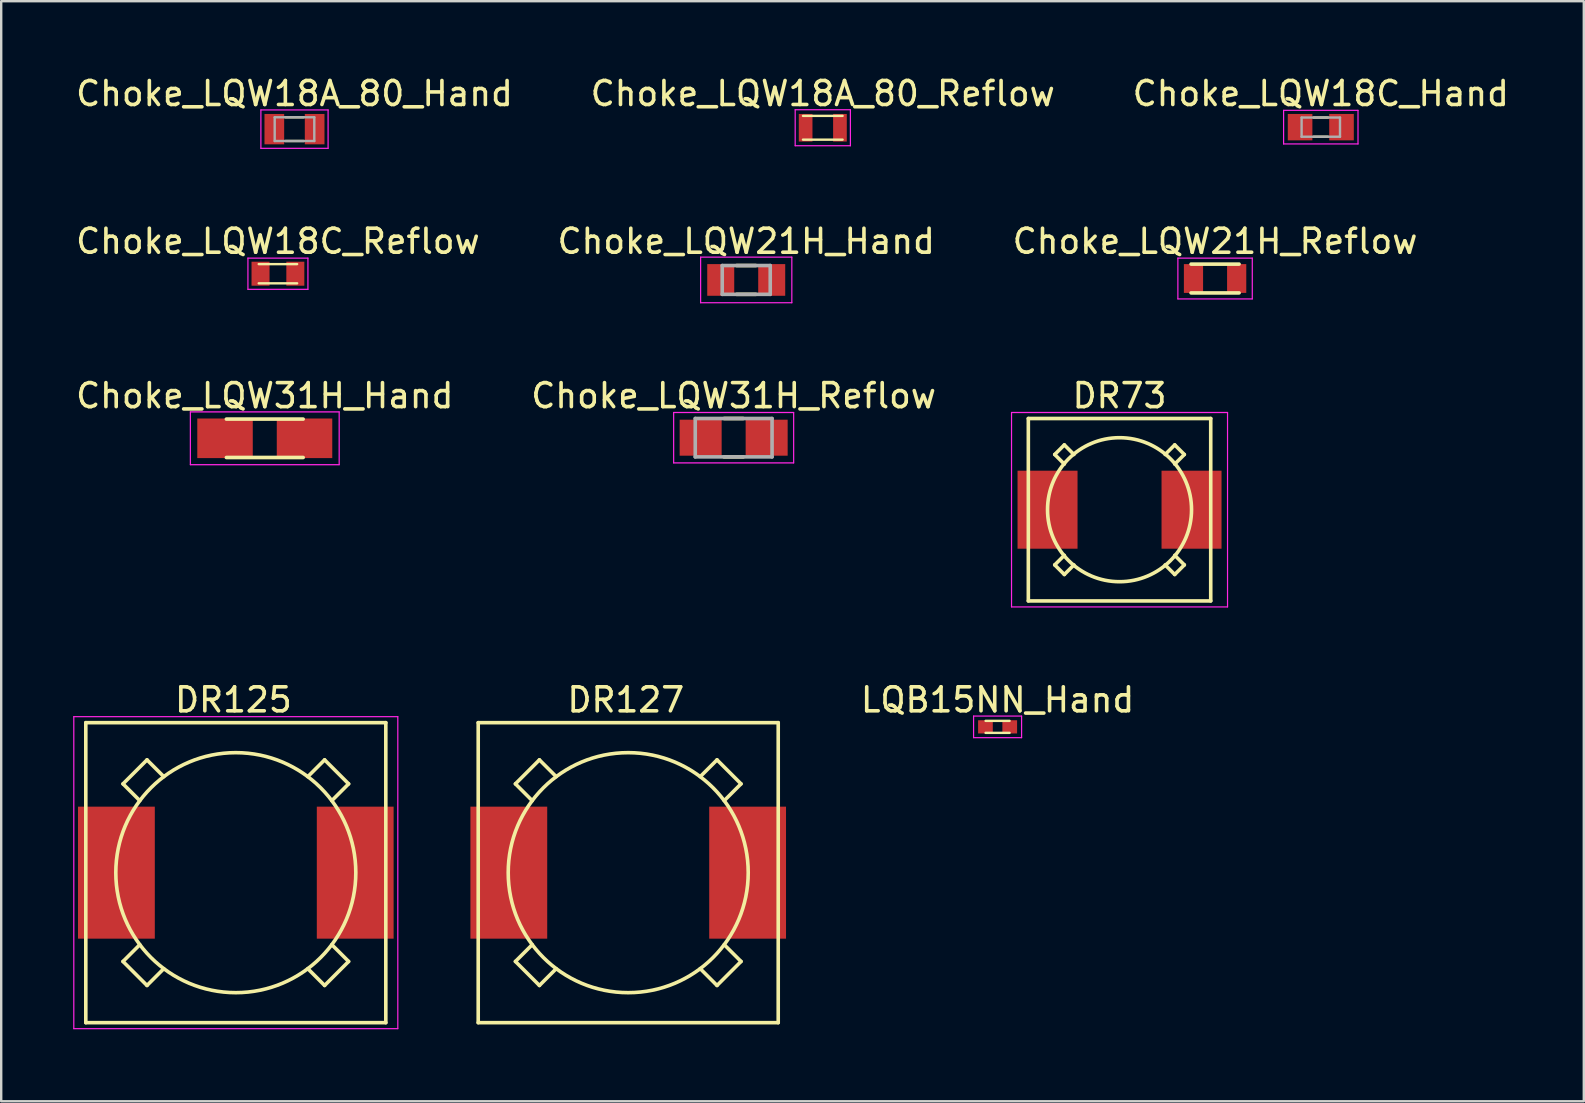
<source format=kicad_pcb>
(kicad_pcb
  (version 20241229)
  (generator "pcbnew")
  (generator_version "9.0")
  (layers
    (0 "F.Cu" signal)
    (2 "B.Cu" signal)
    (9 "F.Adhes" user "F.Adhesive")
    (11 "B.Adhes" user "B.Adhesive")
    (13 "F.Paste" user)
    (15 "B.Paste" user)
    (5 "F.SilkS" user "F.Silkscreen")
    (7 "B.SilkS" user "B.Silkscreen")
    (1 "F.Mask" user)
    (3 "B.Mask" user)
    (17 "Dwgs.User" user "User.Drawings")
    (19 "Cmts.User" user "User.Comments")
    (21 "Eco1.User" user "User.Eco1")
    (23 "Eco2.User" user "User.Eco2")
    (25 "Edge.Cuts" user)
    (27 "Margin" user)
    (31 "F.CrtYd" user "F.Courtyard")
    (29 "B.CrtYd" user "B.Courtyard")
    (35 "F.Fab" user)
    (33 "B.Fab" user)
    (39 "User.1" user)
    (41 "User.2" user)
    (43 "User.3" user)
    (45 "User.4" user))
  (footprint "Choke_LQW21H_Hand"
    (layer "F.Cu")
    (at 28.042 8.614)
    (property "Reference" "Choke_LQW21H_Hand" (at 0 -1.61 0) (layer "F.SilkS") (effects (font (size 1 1) (thickness 0.15))))
    (attr smd)
    (fp_line (start -0.4 -0.6) (end 0.4 -0.6) (stroke (width 0.15) (type solid)) (layer "F.SilkS"))
    (fp_line (start -0.4 0.6) (end 0.4 0.6) (stroke (width 0.15) (type solid)) (layer "F.SilkS"))
    (fp_line (start -1.9 -0.95) (end -1.9 0.95) (stroke (width 0.05) (type solid)) (layer "F.CrtYd"))
    (fp_line (start -1.9 -0.95) (end 1.9 -0.95) (stroke (width 0.05) (type solid)) (layer "F.CrtYd"))
    (fp_line (start -1.9 0.95) (end 1.9 0.95) (stroke (width 0.05) (type solid)) (layer "F.CrtYd"))
    (fp_line (start 1.9 -0.95) (end 1.9 0.95) (stroke (width 0.05) (type solid)) (layer "F.CrtYd"))
    (fp_line (start -1 -0.6) (end -1 0.6) (stroke (width 0.15) (type solid)) (layer "F.Fab"))
    (fp_line (start -1 -0.6) (end 1 -0.6) (stroke (width 0.15) (type solid)) (layer "F.Fab"))
    (fp_line (start -1 0.6) (end 1 0.6) (stroke (width 0.15) (type solid)) (layer "F.Fab"))
    (fp_line (start 1 -0.6) (end 1 0.6) (stroke (width 0.15) (type solid)) (layer "F.Fab"))
    (pad "1" smd rect (at -1.062 0) (size 1.125 1.32) (layers "F.Cu" "F.Mask" "F.Paste"))
    (pad "2" smd rect (at 1.062 0) (size 1.125 1.32) (layers "F.Cu" "F.Mask" "F.Paste")))
  (footprint "DR73"
    (layer "F.Cu")
    (at 43.596 18.187)
    (property "Reference" "DR73" (at 0 -4.75 0) (layer "F.SilkS") (effects (font (size 1 1) (thickness 0.15))))
    (attr through_hole)
    (fp_line (start -3.8 -3.8) (end 3.8 -3.8) (stroke (width 0.15) (type solid)) (layer "F.SilkS"))
    (fp_line (start -3.8 3.8) (end -3.8 -3.8) (stroke (width 0.15) (type solid)) (layer "F.SilkS"))
    (fp_line (start -2.7 -2.3) (end -2.3 -2.7) (stroke (width 0.15) (type solid)) (layer "F.SilkS"))
    (fp_line (start -2.7 2.3) (end -2.3 2.7) (stroke (width 0.15) (type solid)) (layer "F.SilkS"))
    (fp_line (start -2.3 -2.7) (end -1.9 -2.3) (stroke (width 0.15) (type solid)) (layer "F.SilkS"))
    (fp_line (start -2.3 -1.9) (end -2.7 -2.3) (stroke (width 0.15) (type solid)) (layer "F.SilkS"))
    (fp_line (start -2.3 1.9) (end -2.7 2.3) (stroke (width 0.15) (type solid)) (layer "F.SilkS"))
    (fp_line (start -2.3 2.7) (end -1.9 2.3) (stroke (width 0.15) (type solid)) (layer "F.SilkS"))
    (fp_line (start 1.9 2.3) (end 2.3 2.7) (stroke (width 0.15) (type solid)) (layer "F.SilkS"))
    (fp_line (start 2.3 -2.7) (end 1.9 -2.3) (stroke (width 0.15) (type solid)) (layer "F.SilkS"))
    (fp_line (start 2.3 -1.9) (end 2.7 -2.3) (stroke (width 0.15) (type solid)) (layer "F.SilkS"))
    (fp_line (start 2.3 2.7) (end 2.7 2.3) (stroke (width 0.15) (type solid)) (layer "F.SilkS"))
    (fp_line (start 2.7 -2.3) (end 2.3 -2.7) (stroke (width 0.15) (type solid)) (layer "F.SilkS"))
    (fp_line (start 2.7 2.3) (end 2.3 1.9) (stroke (width 0.15) (type solid)) (layer "F.SilkS"))
    (fp_line (start 3.8 -3.8) (end 3.8 3.8) (stroke (width 0.15) (type solid)) (layer "F.SilkS"))
    (fp_line (start 3.8 3.8) (end -3.8 3.8) (stroke (width 0.15) (type solid)) (layer "F.SilkS"))
    (fp_circle (center 0 0) (end 3 0) (stroke (width 0.15) (type solid)) (fill no) (layer "F.SilkS"))
    (fp_line (start -4.5 -4.05) (end 4.5 -4.05) (stroke (width 0.05) (type solid)) (layer "F.CrtYd"))
    (fp_line (start -4.5 4.05) (end -4.5 -4.05) (stroke (width 0.05) (type solid)) (layer "F.CrtYd"))
    (fp_line (start 4.5 -4.05) (end 4.5 4.05) (stroke (width 0.05) (type solid)) (layer "F.CrtYd"))
    (fp_line (start 4.5 4.05) (end -4.5 4.05) (stroke (width 0.05) (type solid)) (layer "F.CrtYd"))
    (pad "1" smd rect (at -3 0 90) (size 3.25 2.5) (layers "F.Cu" "F.Mask" "F.Paste"))
    (pad "2" smd rect (at 3 0 90) (size 3.25 2.5) (layers "F.Cu" "F.Mask" "F.Paste")))
  (footprint "DR127"
    (layer "F.Cu")
    (at 23.125 33.31)
    (property "Reference" "DR127" (at -0.1 -7.2 0) (layer "F.SilkS") (effects (font (size 1 1) (thickness 0.15))))
    (attr through_hole)
    (fp_line (start -6.25 -6.25) (end 6.25 -6.25) (stroke (width 0.15) (type solid)) (layer "F.SilkS"))
    (fp_line (start -6.25 6.25) (end -6.25 -6.25) (stroke (width 0.15) (type solid)) (layer "F.SilkS"))
    (fp_line (start -4 -3) (end -4.7 -3.7) (stroke (width 0.15) (type solid)) (layer "F.SilkS"))
    (fp_line (start -4 3) (end -4.7 3.7) (stroke (width 0.15) (type solid)) (layer "F.SilkS"))
    (fp_line (start -3.7 -4.7) (end -4.7 -3.7) (stroke (width 0.15) (type solid)) (layer "F.SilkS"))
    (fp_line (start -3.7 4.7) (end -4.7 3.7) (stroke (width 0.15) (type solid)) (layer "F.SilkS"))
    (fp_line (start -3 -4) (end -3.7 -4.7) (stroke (width 0.15) (type solid)) (layer "F.SilkS"))
    (fp_line (start -3 4) (end -3.7 4.7) (stroke (width 0.15) (type solid)) (layer "F.SilkS"))
    (fp_line (start 3 -4) (end 3.7 -4.7) (stroke (width 0.15) (type solid)) (layer "F.SilkS"))
    (fp_line (start 3 4) (end 3.7 4.7) (stroke (width 0.15) (type solid)) (layer "F.SilkS"))
    (fp_line (start 3.7 -4.7) (end 4.7 -3.7) (stroke (width 0.15) (type solid)) (layer "F.SilkS"))
    (fp_line (start 3.7 4.7) (end 4.7 3.7) (stroke (width 0.15) (type solid)) (layer "F.SilkS"))
    (fp_line (start 4 -3) (end 4.7 -3.7) (stroke (width 0.15) (type solid)) (layer "F.SilkS"))
    (fp_line (start 4 3) (end 4.7 3.7) (stroke (width 0.15) (type solid)) (layer "F.SilkS"))
    (fp_line (start 6.25 -6.25) (end 6.25 6.25) (stroke (width 0.15) (type solid)) (layer "F.SilkS"))
    (fp_line (start 6.25 6.25) (end -6.25 6.25) (stroke (width 0.15) (type solid)) (layer "F.SilkS"))
    (fp_circle (center 0 0) (end 5 0) (stroke (width 0.15) (type solid)) (fill no) (layer "F.SilkS"))
    (pad "1" smd rect (at -4.975 0 90) (size 5.5 3.2) (layers "F.Cu" "F.Mask" "F.Paste"))
    (pad "2" smd rect (at 4.975 0 90) (size 5.5 3.2) (layers "F.Cu" "F.Mask" "F.Paste")))
  (footprint "Choke_LQW18C_Reflow"
    (layer "F.Cu")
    (at 8.53 8.354)
    (property "Reference" "Choke_LQW18C_Reflow" (at 0 -1.35 0) (layer "F.SilkS") (effects (font (size 1 1) (thickness 0.15))))
    (attr smd)
    (fp_line (start -0.8 -0.4) (end 0.8 -0.4) (stroke (width 0.1) (type solid)) (layer "F.SilkS"))
    (fp_line (start -0.8 0.4) (end 0.8 0.4) (stroke (width 0.1) (type solid)) (layer "F.SilkS"))
    (fp_line (start -1.25 -0.65) (end -1.25 0.65) (stroke (width 0.05) (type solid)) (layer "F.CrtYd"))
    (fp_line (start -1.25 -0.65) (end 1.25 -0.65) (stroke (width 0.05) (type solid)) (layer "F.CrtYd"))
    (fp_line (start -1.25 0.65) (end 1.25 0.65) (stroke (width 0.05) (type solid)) (layer "F.CrtYd"))
    (fp_line (start 1.25 -0.65) (end 1.25 0.65) (stroke (width 0.05) (type solid)) (layer "F.CrtYd"))
    (pad "1" smd rect (at -0.725 0) (size 0.75 1) (layers "F.Cu" "F.Mask" "F.Paste"))
    (pad "2" smd rect (at 0.725 0) (size 0.75 1) (layers "F.Cu" "F.Mask" "F.Paste")))
  (footprint "DR125"
    (layer "F.Cu")
    (at 6.775 33.31)
    (property "Reference" "DR125" (at -0.1 -7.2 0) (layer "F.SilkS") (effects (font (size 1 1) (thickness 0.15))))
    (attr through_hole)
    (fp_line (start -6.25 -6.25) (end 6.25 -6.25) (stroke (width 0.15) (type solid)) (layer "F.SilkS"))
    (fp_line (start -6.25 6.25) (end -6.25 -6.25) (stroke (width 0.15) (type solid)) (layer "F.SilkS"))
    (fp_line (start -4 -3) (end -4.7 -3.7) (stroke (width 0.15) (type solid)) (layer "F.SilkS"))
    (fp_line (start -4 3) (end -4.7 3.7) (stroke (width 0.15) (type solid)) (layer "F.SilkS"))
    (fp_line (start -3.7 -4.7) (end -4.7 -3.7) (stroke (width 0.15) (type solid)) (layer "F.SilkS"))
    (fp_line (start -3.7 4.7) (end -4.7 3.7) (stroke (width 0.15) (type solid)) (layer "F.SilkS"))
    (fp_line (start -3 -4) (end -3.7 -4.7) (stroke (width 0.15) (type solid)) (layer "F.SilkS"))
    (fp_line (start -3 4) (end -3.7 4.7) (stroke (width 0.15) (type solid)) (layer "F.SilkS"))
    (fp_line (start 3 -4) (end 3.7 -4.7) (stroke (width 0.15) (type solid)) (layer "F.SilkS"))
    (fp_line (start 3 4) (end 3.7 4.7) (stroke (width 0.15) (type solid)) (layer "F.SilkS"))
    (fp_line (start 3.7 -4.7) (end 4.7 -3.7) (stroke (width 0.15) (type solid)) (layer "F.SilkS"))
    (fp_line (start 3.7 4.7) (end 4.7 3.7) (stroke (width 0.15) (type solid)) (layer "F.SilkS"))
    (fp_line (start 4 -3) (end 4.7 -3.7) (stroke (width 0.15) (type solid)) (layer "F.SilkS"))
    (fp_line (start 4 3) (end 4.7 3.7) (stroke (width 0.15) (type solid)) (layer "F.SilkS"))
    (fp_line (start 6.25 -6.25) (end 6.25 6.25) (stroke (width 0.15) (type solid)) (layer "F.SilkS"))
    (fp_line (start 6.25 6.25) (end -6.25 6.25) (stroke (width 0.15) (type solid)) (layer "F.SilkS"))
    (fp_circle (center 0 0) (end 5 0) (stroke (width 0.15) (type solid)) (fill no) (layer "F.SilkS"))
    (fp_line (start -6.75 -6.5) (end 6.75 -6.5) (stroke (width 0.05) (type solid)) (layer "F.CrtYd"))
    (fp_line (start -6.75 6.5) (end -6.75 -6.5) (stroke (width 0.05) (type solid)) (layer "F.CrtYd"))
    (fp_line (start 6.75 -6.5) (end 6.75 6.5) (stroke (width 0.05) (type solid)) (layer "F.CrtYd"))
    (fp_line (start 6.75 6.5) (end -6.75 6.5) (stroke (width 0.05) (type solid)) (layer "F.CrtYd"))
    (pad "1" smd rect (at -4.975 0 90) (size 5.5 3.2) (layers "F.Cu" "F.Mask" "F.Paste"))
    (pad "2" smd rect (at 4.975 0 90) (size 5.5 3.2) (layers "F.Cu" "F.Mask" "F.Paste")))
  (footprint "Choke_LQW31H_Hand"
    (layer "F.Cu")
    (at 7.982 15.212)
    (property "Reference" "Choke_LQW31H_Hand" (at 0 -1.775 0) (layer "F.SilkS") (effects (font (size 1 1) (thickness 0.15))))
    (attr smd)
    (fp_line (start -1.6 -0.8) (end 1.6 -0.8) (stroke (width 0.15) (type solid)) (layer "F.SilkS"))
    (fp_line (start -1.6 0.8) (end 1.6 0.8) (stroke (width 0.15) (type solid)) (layer "F.SilkS"))
    (fp_line (start -3.1 -1.1) (end -3.1 1.1) (stroke (width 0.05) (type solid)) (layer "F.CrtYd"))
    (fp_line (start -3.1 -1.1) (end 3.1 -1.1) (stroke (width 0.05) (type solid)) (layer "F.CrtYd"))
    (fp_line (start -3.1 1.1) (end 3.1 1.1) (stroke (width 0.05) (type solid)) (layer "F.CrtYd"))
    (fp_line (start 3.1 -1.1) (end 3.1 1.1) (stroke (width 0.05) (type solid)) (layer "F.CrtYd"))
    (pad "1" smd rect (at -1.656 0) (size 2.312 1.65) (layers "F.Cu" "F.Mask" "F.Paste"))
    (pad "2" smd rect (at 1.656 0) (size 2.312 1.65) (layers "F.Cu" "F.Mask" "F.Paste")))
  (footprint "Choke_LQW21H_Reflow"
    (layer "F.Cu")
    (at 47.577 8.554)
    (property "Reference" "Choke_LQW21H_Reflow" (at 0 -1.55 0) (layer "F.SilkS") (effects (font (size 1 1) (thickness 0.15))))
    (attr smd)
    (fp_line (start -1 -0.6) (end 1 -0.6) (stroke (width 0.15) (type solid)) (layer "F.SilkS"))
    (fp_line (start -1 0.6) (end 1 0.6) (stroke (width 0.15) (type solid)) (layer "F.SilkS"))
    (fp_line (start -1.55 -0.85) (end -1.55 0.85) (stroke (width 0.05) (type solid)) (layer "F.CrtYd"))
    (fp_line (start -1.55 -0.85) (end 1.55 -0.85) (stroke (width 0.05) (type solid)) (layer "F.CrtYd"))
    (fp_line (start -1.55 0.85) (end 1.55 0.85) (stroke (width 0.05) (type solid)) (layer "F.CrtYd"))
    (fp_line (start 1.55 -0.85) (end 1.55 0.85) (stroke (width 0.05) (type solid)) (layer "F.CrtYd"))
    (pad "1" smd rect (at -0.9 0) (size 0.8 1.2) (layers "F.Cu" "F.Mask" "F.Paste"))
    (pad "2" smd rect (at 0.9 0) (size 0.8 1.2) (layers "F.Cu" "F.Mask" "F.Paste")))
  (footprint "Choke_LQW31H_Reflow"
    (layer "F.Cu")
    (at 27.518 15.187)
    (property "Reference" "Choke_LQW31H_Reflow" (at 0 -1.75 0) (layer "F.SilkS") (effects (font (size 1 1) (thickness 0.15))))
    (attr smd)
    (fp_line (start -0.4 -0.8) (end 0.4 -0.8) (stroke (width 0.15) (type solid)) (layer "F.SilkS"))
    (fp_line (start -0.4 0.8) (end 0.4 0.8) (stroke (width 0.15) (type solid)) (layer "F.SilkS"))
    (fp_line (start -2.5 -1.05) (end -2.5 1.05) (stroke (width 0.05) (type solid)) (layer "F.CrtYd"))
    (fp_line (start -2.5 -1.05) (end 2.5 -1.05) (stroke (width 0.05) (type solid)) (layer "F.CrtYd"))
    (fp_line (start -2.5 1.05) (end 2.5 1.05) (stroke (width 0.05) (type solid)) (layer "F.CrtYd"))
    (fp_line (start 2.5 -1.05) (end 2.5 1.05) (stroke (width 0.05) (type solid)) (layer "F.CrtYd"))
    (fp_line (start -1.6 -0.8) (end -1.6 0.8) (stroke (width 0.15) (type solid)) (layer "F.Fab"))
    (fp_line (start -1.6 -0.8) (end 1.6 -0.8) (stroke (width 0.15) (type solid)) (layer "F.Fab"))
    (fp_line (start -1.6 0.8) (end 1.6 0.8) (stroke (width 0.15) (type solid)) (layer "F.Fab"))
    (fp_line (start 1.6 -0.8) (end 1.6 0.8) (stroke (width 0.15) (type solid)) (layer "F.Fab"))
    (pad "1" smd rect (at -1.375 0) (size 1.75 1.5) (layers "F.Cu" "F.Mask" "F.Paste"))
    (pad "2" smd rect (at 1.375 0) (size 1.75 1.5) (layers "F.Cu" "F.Mask" "F.Paste")))
  (footprint "Choke_LQW18A_80_Hand"
    (layer "F.Cu")
    (at 9.22 2.331)
    (property "Reference" "Choke_LQW18A_80_Hand" (at 0 -1.482 0) (layer "F.SilkS") (effects (font (size 1 1) (thickness 0.15))))
    (attr smd)
    (fp_line (start -0.38 -0.495) (end 0.38 -0.495) (stroke (width 0.1) (type solid)) (layer "F.SilkS"))
    (fp_line (start -0.38 0.495) (end 0.38 0.495) (stroke (width 0.1) (type solid)) (layer "F.SilkS"))
    (fp_line (start -1.4 -0.8) (end -1.4 0.8) (stroke (width 0.05) (type solid)) (layer "F.CrtYd"))
    (fp_line (start -1.4 -0.8) (end 1.4 -0.8) (stroke (width 0.05) (type solid)) (layer "F.CrtYd"))
    (fp_line (start -1.4 0.8) (end 1.4 0.8) (stroke (width 0.05) (type solid)) (layer "F.CrtYd"))
    (fp_line (start 1.4 -0.8) (end 1.4 0.8) (stroke (width 0.05) (type solid)) (layer "F.CrtYd"))
    (fp_line (start -0.825 -0.495) (end -0.825 0.495) (stroke (width 0.1) (type solid)) (layer "F.Fab"))
    (fp_line (start -0.825 -0.495) (end 0.825 -0.495) (stroke (width 0.1) (type solid)) (layer "F.Fab"))
    (fp_line (start -0.825 0.495) (end 0.825 0.495) (stroke (width 0.1) (type solid)) (layer "F.Fab"))
    (fp_line (start 0.825 -0.495) (end 0.825 0.495) (stroke (width 0.1) (type solid)) (layer "F.Fab"))
    (pad "1" smd rect (at -0.84 0) (size 0.82 1.265) (layers "F.Cu" "F.Mask" "F.Paste"))
    (pad "2" smd rect (at 0.84 0) (size 0.82 1.265) (layers "F.Cu" "F.Mask" "F.Paste")))
  (footprint "LQB15NN_Hand"
    (layer "F.Cu")
    (at 38.515 27.235)
    (property "Reference" "LQB15NN_Hand" (at 0 -1.125 0) (layer "F.SilkS") (effects (font (size 1 1) (thickness 0.15))))
    (attr smd)
    (fp_line (start -0.5 -0.25) (end 0.5 -0.25) (stroke (width 0.1) (type solid)) (layer "F.SilkS"))
    (fp_line (start -0.5 0.25) (end 0.5 0.25) (stroke (width 0.1) (type solid)) (layer "F.SilkS"))
    (fp_line (start -1 -0.45) (end -1 0.45) (stroke (width 0.05) (type solid)) (layer "F.CrtYd"))
    (fp_line (start -1 -0.45) (end 1 -0.45) (stroke (width 0.05) (type solid)) (layer "F.CrtYd"))
    (fp_line (start -1 0.45) (end 1 0.45) (stroke (width 0.05) (type solid)) (layer "F.CrtYd"))
    (fp_line (start 1 -0.45) (end 1 0.45) (stroke (width 0.05) (type solid)) (layer "F.CrtYd"))
    (pad "1" smd rect (at -0.506 0) (size 0.613 0.55) (layers "F.Cu" "F.Mask" "F.Paste"))
    (pad "2" smd rect (at 0.506 0) (size 0.613 0.55) (layers "F.Cu" "F.Mask" "F.Paste")))
  (footprint "Choke_LQW18A_80_Reflow"
    (layer "F.Cu")
    (at 31.232 2.273)
    (property "Reference" "Choke_LQW18A_80_Reflow" (at 0 -1.425 0) (layer "F.SilkS") (effects (font (size 1 1) (thickness 0.15))))
    (attr smd)
    (fp_line (start -0.825 -0.495) (end 0.825 -0.495) (stroke (width 0.1) (type solid)) (layer "F.SilkS"))
    (fp_line (start -0.825 0.495) (end 0.825 0.495) (stroke (width 0.1) (type solid)) (layer "F.SilkS"))
    (fp_line (start -1.15 -0.75) (end -1.15 0.75) (stroke (width 0.05) (type solid)) (layer "F.CrtYd"))
    (fp_line (start -1.15 -0.75) (end 1.15 -0.75) (stroke (width 0.05) (type solid)) (layer "F.CrtYd"))
    (fp_line (start -1.15 0.75) (end 1.15 0.75) (stroke (width 0.05) (type solid)) (layer "F.CrtYd"))
    (fp_line (start 1.15 -0.75) (end 1.15 0.75) (stroke (width 0.05) (type solid)) (layer "F.CrtYd"))
    (pad "1" smd rect (at -0.715 0) (size 0.57 1.15) (layers "F.Cu" "F.Mask" "F.Paste"))
    (pad "2" smd rect (at 0.715 0) (size 0.57 1.15) (layers "F.Cu" "F.Mask" "F.Paste")))
  (footprint "Choke_LQW18C_Hand"
    (layer "F.Cu")
    (at 51.982 2.248)
    (property "Reference" "Choke_LQW18C_Hand" (at 0 -1.4 0) (layer "F.SilkS") (effects (font (size 1 1) (thickness 0.15))))
    (attr smd)
    (fp_line (start -0.3 -0.4) (end 0.3 -0.4) (stroke (width 0.1) (type solid)) (layer "F.SilkS"))
    (fp_line (start -0.3 0.4) (end 0.3 0.4) (stroke (width 0.1) (type solid)) (layer "F.SilkS"))
    (fp_line (start -1.55 -0.7) (end -1.55 0.7) (stroke (width 0.05) (type solid)) (layer "F.CrtYd"))
    (fp_line (start -1.55 -0.7) (end 1.55 -0.7) (stroke (width 0.05) (type solid)) (layer "F.CrtYd"))
    (fp_line (start -1.55 0.7) (end 1.55 0.7) (stroke (width 0.05) (type solid)) (layer "F.CrtYd"))
    (fp_line (start 1.55 -0.7) (end 1.55 0.7) (stroke (width 0.05) (type solid)) (layer "F.CrtYd"))
    (fp_line (start -0.8 -0.4) (end -0.8 0.4) (stroke (width 0.1) (type solid)) (layer "F.Fab"))
    (fp_line (start -0.8 -0.4) (end 0.8 -0.4) (stroke (width 0.1) (type solid)) (layer "F.Fab"))
    (fp_line (start -0.8 0.4) (end 0.8 0.4) (stroke (width 0.1) (type solid)) (layer "F.Fab"))
    (fp_line (start 0.8 -0.4) (end 0.8 0.4) (stroke (width 0.1) (type solid)) (layer "F.Fab"))
    (pad "1" smd rect (at -0.863 0) (size 1.025 1.1) (layers "F.Cu" "F.Mask" "F.Paste"))
    (pad "2" smd rect (at 0.863 0) (size 1.025 1.1) (layers "F.Cu" "F.Mask" "F.Paste")))
  (gr_rect
    (start -3 -3)
    (end 62.94 42.836)
    (stroke (width 0.1) (type default))
    (fill no)
    (layer "Edge.Cuts")))
</source>
